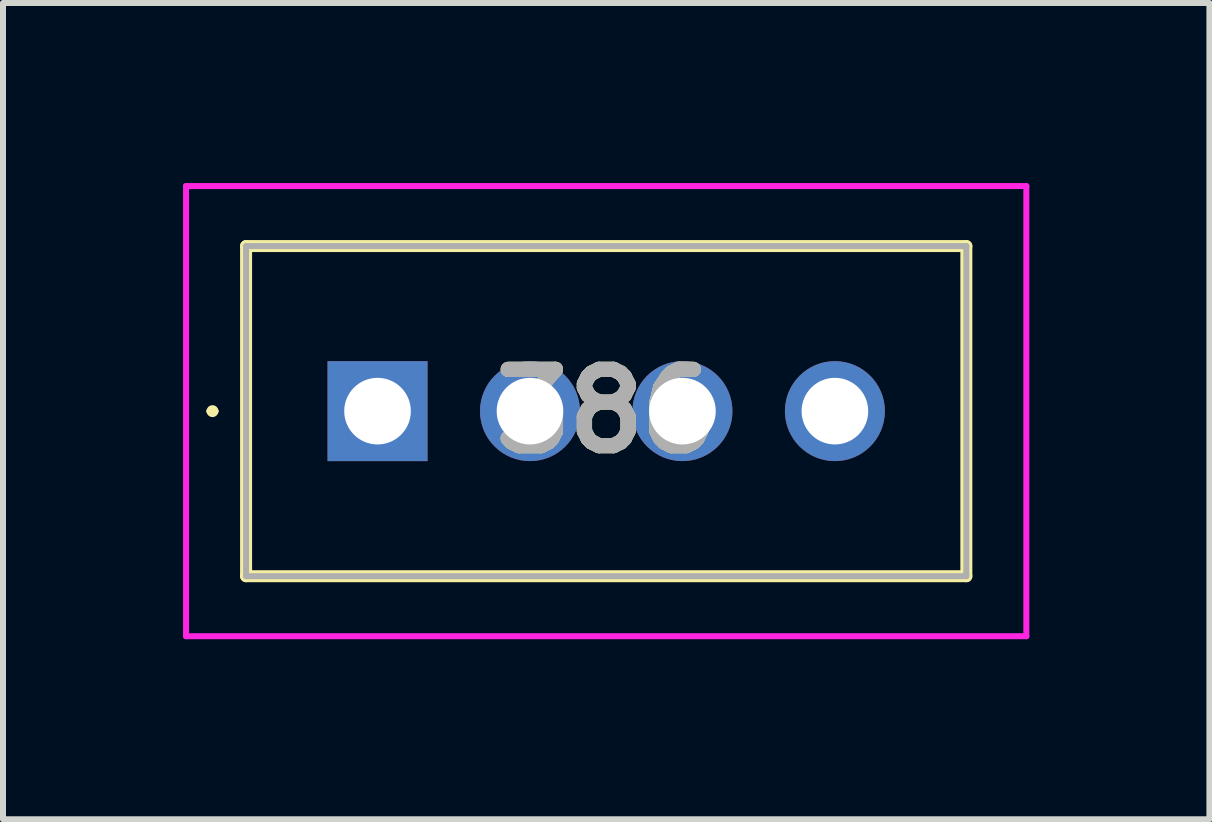
<source format=kicad_pcb>
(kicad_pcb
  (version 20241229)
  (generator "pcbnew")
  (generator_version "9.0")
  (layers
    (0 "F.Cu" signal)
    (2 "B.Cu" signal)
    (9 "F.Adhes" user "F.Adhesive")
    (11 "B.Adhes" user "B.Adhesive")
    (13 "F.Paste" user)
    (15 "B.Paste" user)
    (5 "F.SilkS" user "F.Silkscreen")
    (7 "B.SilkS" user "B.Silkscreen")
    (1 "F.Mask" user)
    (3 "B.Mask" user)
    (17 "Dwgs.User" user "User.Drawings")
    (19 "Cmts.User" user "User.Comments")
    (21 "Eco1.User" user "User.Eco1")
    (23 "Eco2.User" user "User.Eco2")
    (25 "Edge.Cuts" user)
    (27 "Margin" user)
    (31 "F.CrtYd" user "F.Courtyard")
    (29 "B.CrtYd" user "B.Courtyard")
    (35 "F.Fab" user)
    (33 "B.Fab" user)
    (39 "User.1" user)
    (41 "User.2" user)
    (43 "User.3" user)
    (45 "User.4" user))
  (footprint "386"
    (layer "F.Cu")
    (at 3.24 3.8)
    (property "Reference" "386" (at 3.81 0 0) (layer "F.SilkS") (effects (font (size 1.27 1.27) (thickness 0.254))))
    (attr through_hole)
    (fp_line (start -2.8 0) (end -2.8 0) (stroke (width 0.1) (type solid)) (layer "F.SilkS"))
    (fp_line (start -2.7 0) (end -2.7 0) (stroke (width 0.1) (type solid)) (layer "F.SilkS"))
    (fp_line (start -2.19 -2.75) (end 9.81 -2.75) (stroke (width 0.2) (type solid)) (layer "F.SilkS"))
    (fp_line (start -2.19 2.75) (end -2.19 -2.75) (stroke (width 0.2) (type solid)) (layer "F.SilkS"))
    (fp_line (start 9.81 -2.75) (end 9.81 2.75) (stroke (width 0.2) (type solid)) (layer "F.SilkS"))
    (fp_line (start 9.81 2.75) (end -2.19 2.75) (stroke (width 0.2) (type solid)) (layer "F.SilkS"))
    (fp_arc (start -2.8 0) (mid -2.75 -0.05) (end -2.7 0) (stroke (width 0.1) (type solid)) (layer "F.SilkS"))
    (fp_arc (start -2.7 0) (mid -2.75 0.05) (end -2.8 0) (stroke (width 0.1) (type solid)) (layer "F.SilkS"))
    (fp_line (start -3.19 -3.75) (end 10.81 -3.75) (stroke (width 0.1) (type solid)) (layer "F.CrtYd"))
    (fp_line (start -3.19 3.75) (end -3.19 -3.75) (stroke (width 0.1) (type solid)) (layer "F.CrtYd"))
    (fp_line (start 10.81 -3.75) (end 10.81 3.75) (stroke (width 0.1) (type solid)) (layer "F.CrtYd"))
    (fp_line (start 10.81 3.75) (end -3.19 3.75) (stroke (width 0.1) (type solid)) (layer "F.CrtYd"))
    (fp_line (start -2.19 -2.75) (end 9.81 -2.75) (stroke (width 0.1) (type solid)) (layer "F.Fab"))
    (fp_line (start -2.19 2.75) (end -2.19 -2.75) (stroke (width 0.1) (type solid)) (layer "F.Fab"))
    (fp_line (start 9.81 -2.75) (end 9.81 2.75) (stroke (width 0.1) (type solid)) (layer "F.Fab"))
    (fp_line (start 9.81 2.75) (end -2.19 2.75) (stroke (width 0.1) (type solid)) (layer "F.Fab"))
    (fp_text user "${REFERENCE}" (at 3.81 0 0) (layer "F.Fab") (effects (font (size 1.27 1.27) (thickness 0.254))))
    (pad "1" thru_hole rect (at 0 0) (size 1.665 1.665) (drill 1.11) (layers "*.Cu" "*.Mask"))
    (pad "2" thru_hole circle (at 2.54 0) (size 1.665 1.665) (drill 1.11) (layers "*.Cu" "*.Mask"))
    (pad "3" thru_hole circle (at 5.08 0) (size 1.665 1.665) (drill 1.11) (layers "*.Cu" "*.Mask"))
    (pad "4" thru_hole circle (at 7.62 0) (size 1.665 1.665) (drill 1.11) (layers "*.Cu" "*.Mask")))
  (gr_rect
    (start -3 -3)
    (end 17.1 10.6)
    (stroke (width 0.1) (type default))
    (fill no)
    (layer "Edge.Cuts")))
</source>
